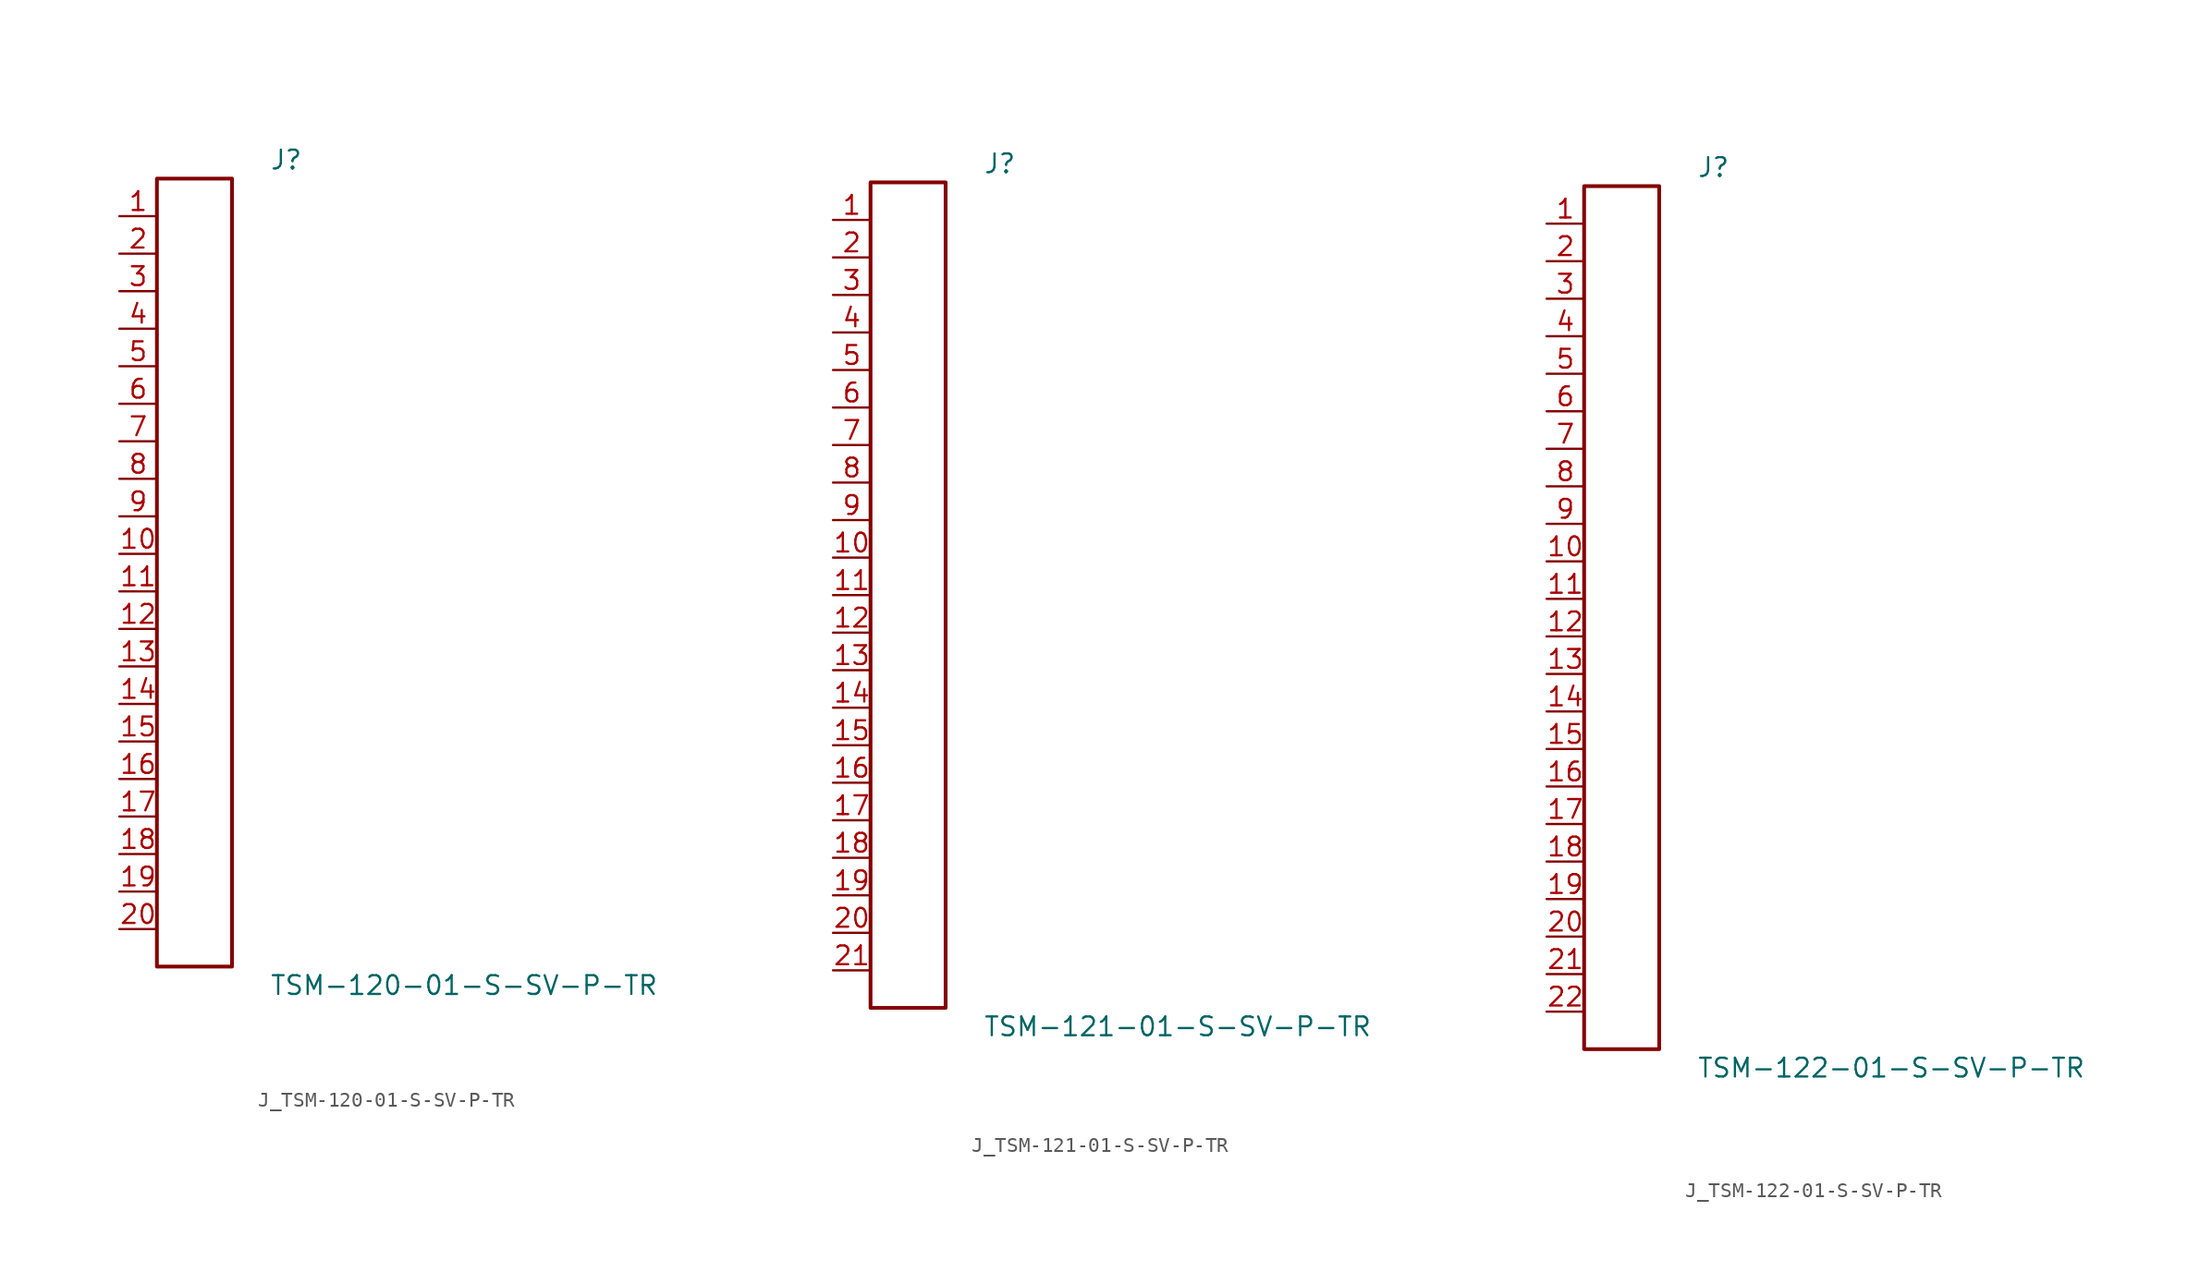
<source format=kicad_sym>
(kicad_symbol_lib
  (version 20231120)
  (generator kicad_symbol_editor)
  (generator_version 8.0)
  (symbol "J_TSM-120-01-S-SV-P-TR"
    (pin_names
      (offset 0.254))
    (property "Reference" "J"
      (at 5.08 27.94 0)
      (effects (font (size 1.27 1.27)) (justify left)))
    (property "Value" "TSM-120-01-S-SV-P-TR"
      (at 5.08 -27.94 0)
      (effects (font (size 1.27 1.27)) (justify left)))
    (symbol "J_TSM-120-01-S-SV-P-TR_0_0"
      (pin unspecified line (at -5.08 24.13 0) (length 2.54) (name "" (effects (font (size 1.27 1.27)))) (number "1" (effects (font (size 1.27 1.27)))))
      (pin unspecified line (at -5.08 21.59 0) (length 2.54) (name "" (effects (font (size 1.27 1.27)))) (number "2" (effects (font (size 1.27 1.27)))))
      (pin unspecified line (at -5.08 19.05 0) (length 2.54) (name "" (effects (font (size 1.27 1.27)))) (number "3" (effects (font (size 1.27 1.27)))))
      (pin unspecified line (at -5.08 16.51 0) (length 2.54) (name "" (effects (font (size 1.27 1.27)))) (number "4" (effects (font (size 1.27 1.27)))))
      (pin unspecified line (at -5.08 13.97 0) (length 2.54) (name "" (effects (font (size 1.27 1.27)))) (number "5" (effects (font (size 1.27 1.27)))))
      (pin unspecified line (at -5.08 11.43 0) (length 2.54) (name "" (effects (font (size 1.27 1.27)))) (number "6" (effects (font (size 1.27 1.27)))))
      (pin unspecified line (at -5.08 8.89 0) (length 2.54) (name "" (effects (font (size 1.27 1.27)))) (number "7" (effects (font (size 1.27 1.27)))))
      (pin unspecified line (at -5.08 6.35 0) (length 2.54) (name "" (effects (font (size 1.27 1.27)))) (number "8" (effects (font (size 1.27 1.27)))))
      (pin unspecified line (at -5.08 3.81 0) (length 2.54) (name "" (effects (font (size 1.27 1.27)))) (number "9" (effects (font (size 1.27 1.27)))))
      (pin unspecified line (at -5.08 1.27 0) (length 2.54) (name "" (effects (font (size 1.27 1.27)))) (number "10" (effects (font (size 1.27 1.27)))))
      (pin unspecified line (at -5.08 -1.27 0) (length 2.54) (name "" (effects (font (size 1.27 1.27)))) (number "11" (effects (font (size 1.27 1.27)))))
      (pin unspecified line (at -5.08 -3.81 0) (length 2.54) (name "" (effects (font (size 1.27 1.27)))) (number "12" (effects (font (size 1.27 1.27)))))
      (pin unspecified line (at -5.08 -6.35 0) (length 2.54) (name "" (effects (font (size 1.27 1.27)))) (number "13" (effects (font (size 1.27 1.27)))))
      (pin unspecified line (at -5.08 -8.89 0) (length 2.54) (name "" (effects (font (size 1.27 1.27)))) (number "14" (effects (font (size 1.27 1.27)))))
      (pin unspecified line (at -5.08 -11.43 0) (length 2.54) (name "" (effects (font (size 1.27 1.27)))) (number "15" (effects (font (size 1.27 1.27)))))
      (pin unspecified line (at -5.08 -13.97 0) (length 2.54) (name "" (effects (font (size 1.27 1.27)))) (number "16" (effects (font (size 1.27 1.27)))))
      (pin unspecified line (at -5.08 -16.51 0) (length 2.54) (name "" (effects (font (size 1.27 1.27)))) (number "17" (effects (font (size 1.27 1.27)))))
      (pin unspecified line (at -5.08 -19.05 0) (length 2.54) (name "" (effects (font (size 1.27 1.27)))) (number "18" (effects (font (size 1.27 1.27)))))
      (pin unspecified line (at -5.08 -21.59 0) (length 2.54) (name "" (effects (font (size 1.27 1.27)))) (number "19" (effects (font (size 1.27 1.27)))))
      (pin unspecified line (at -5.08 -24.13 0) (length 2.54) (name "" (effects (font (size 1.27 1.27)))) (number "20" (effects (font (size 1.27 1.27))))))
    (symbol "J_TSM-120-01-S-SV-P-TR_1_0"
      (rectangle (start -2.54 26.67) (end 2.54 -26.67) (stroke (width 0.254) (type solid)) (fill (type none)))))
  (symbol "J_TSM-121-01-S-SV-P-TR"
    (pin_names
      (offset 0.254))
    (property "Reference" "J"
      (at 5.08 29.21 0)
      (effects (font (size 1.27 1.27)) (justify left)))
    (property "Value" "TSM-121-01-S-SV-P-TR"
      (at 5.08 -29.21 0)
      (effects (font (size 1.27 1.27)) (justify left)))
    (symbol "J_TSM-121-01-S-SV-P-TR_0_0"
      (pin unspecified line (at -5.08 25.4 0) (length 2.54) (name "" (effects (font (size 1.27 1.27)))) (number "1" (effects (font (size 1.27 1.27)))))
      (pin unspecified line (at -5.08 22.86 0) (length 2.54) (name "" (effects (font (size 1.27 1.27)))) (number "2" (effects (font (size 1.27 1.27)))))
      (pin unspecified line (at -5.08 20.32 0) (length 2.54) (name "" (effects (font (size 1.27 1.27)))) (number "3" (effects (font (size 1.27 1.27)))))
      (pin unspecified line (at -5.08 17.78 0) (length 2.54) (name "" (effects (font (size 1.27 1.27)))) (number "4" (effects (font (size 1.27 1.27)))))
      (pin unspecified line (at -5.08 15.24 0) (length 2.54) (name "" (effects (font (size 1.27 1.27)))) (number "5" (effects (font (size 1.27 1.27)))))
      (pin unspecified line (at -5.08 12.7 0) (length 2.54) (name "" (effects (font (size 1.27 1.27)))) (number "6" (effects (font (size 1.27 1.27)))))
      (pin unspecified line (at -5.08 10.16 0) (length 2.54) (name "" (effects (font (size 1.27 1.27)))) (number "7" (effects (font (size 1.27 1.27)))))
      (pin unspecified line (at -5.08 7.62 0) (length 2.54) (name "" (effects (font (size 1.27 1.27)))) (number "8" (effects (font (size 1.27 1.27)))))
      (pin unspecified line (at -5.08 5.08 0) (length 2.54) (name "" (effects (font (size 1.27 1.27)))) (number "9" (effects (font (size 1.27 1.27)))))
      (pin unspecified line (at -5.08 2.54 0) (length 2.54) (name "" (effects (font (size 1.27 1.27)))) (number "10" (effects (font (size 1.27 1.27)))))
      (pin unspecified line (at -5.08 0.0 0) (length 2.54) (name "" (effects (font (size 1.27 1.27)))) (number "11" (effects (font (size 1.27 1.27)))))
      (pin unspecified line (at -5.08 -2.54 0) (length 2.54) (name "" (effects (font (size 1.27 1.27)))) (number "12" (effects (font (size 1.27 1.27)))))
      (pin unspecified line (at -5.08 -5.08 0) (length 2.54) (name "" (effects (font (size 1.27 1.27)))) (number "13" (effects (font (size 1.27 1.27)))))
      (pin unspecified line (at -5.08 -7.62 0) (length 2.54) (name "" (effects (font (size 1.27 1.27)))) (number "14" (effects (font (size 1.27 1.27)))))
      (pin unspecified line (at -5.08 -10.16 0) (length 2.54) (name "" (effects (font (size 1.27 1.27)))) (number "15" (effects (font (size 1.27 1.27)))))
      (pin unspecified line (at -5.08 -12.7 0) (length 2.54) (name "" (effects (font (size 1.27 1.27)))) (number "16" (effects (font (size 1.27 1.27)))))
      (pin unspecified line (at -5.08 -15.24 0) (length 2.54) (name "" (effects (font (size 1.27 1.27)))) (number "17" (effects (font (size 1.27 1.27)))))
      (pin unspecified line (at -5.08 -17.78 0) (length 2.54) (name "" (effects (font (size 1.27 1.27)))) (number "18" (effects (font (size 1.27 1.27)))))
      (pin unspecified line (at -5.08 -20.32 0) (length 2.54) (name "" (effects (font (size 1.27 1.27)))) (number "19" (effects (font (size 1.27 1.27)))))
      (pin unspecified line (at -5.08 -22.86 0) (length 2.54) (name "" (effects (font (size 1.27 1.27)))) (number "20" (effects (font (size 1.27 1.27)))))
      (pin unspecified line (at -5.08 -25.4 0) (length 2.54) (name "" (effects (font (size 1.27 1.27)))) (number "21" (effects (font (size 1.27 1.27))))))
    (symbol "J_TSM-121-01-S-SV-P-TR_1_0"
      (rectangle (start -2.54 27.94) (end 2.54 -27.94) (stroke (width 0.254) (type solid)) (fill (type none)))))
  (symbol "J_TSM-122-01-S-SV-P-TR"
    (pin_names
      (offset 0.254))
    (property "Reference" "J"
      (at 5.08 30.48 0)
      (effects (font (size 1.27 1.27)) (justify left)))
    (property "Value" "TSM-122-01-S-SV-P-TR"
      (at 5.08 -30.48 0)
      (effects (font (size 1.27 1.27)) (justify left)))
    (symbol "J_TSM-122-01-S-SV-P-TR_0_0"
      (pin unspecified line (at -5.08 26.67 0) (length 2.54) (name "" (effects (font (size 1.27 1.27)))) (number "1" (effects (font (size 1.27 1.27)))))
      (pin unspecified line (at -5.08 24.13 0) (length 2.54) (name "" (effects (font (size 1.27 1.27)))) (number "2" (effects (font (size 1.27 1.27)))))
      (pin unspecified line (at -5.08 21.59 0) (length 2.54) (name "" (effects (font (size 1.27 1.27)))) (number "3" (effects (font (size 1.27 1.27)))))
      (pin unspecified line (at -5.08 19.05 0) (length 2.54) (name "" (effects (font (size 1.27 1.27)))) (number "4" (effects (font (size 1.27 1.27)))))
      (pin unspecified line (at -5.08 16.51 0) (length 2.54) (name "" (effects (font (size 1.27 1.27)))) (number "5" (effects (font (size 1.27 1.27)))))
      (pin unspecified line (at -5.08 13.97 0) (length 2.54) (name "" (effects (font (size 1.27 1.27)))) (number "6" (effects (font (size 1.27 1.27)))))
      (pin unspecified line (at -5.08 11.43 0) (length 2.54) (name "" (effects (font (size 1.27 1.27)))) (number "7" (effects (font (size 1.27 1.27)))))
      (pin unspecified line (at -5.08 8.89 0) (length 2.54) (name "" (effects (font (size 1.27 1.27)))) (number "8" (effects (font (size 1.27 1.27)))))
      (pin unspecified line (at -5.08 6.35 0) (length 2.54) (name "" (effects (font (size 1.27 1.27)))) (number "9" (effects (font (size 1.27 1.27)))))
      (pin unspecified line (at -5.08 3.81 0) (length 2.54) (name "" (effects (font (size 1.27 1.27)))) (number "10" (effects (font (size 1.27 1.27)))))
      (pin unspecified line (at -5.08 1.27 0) (length 2.54) (name "" (effects (font (size 1.27 1.27)))) (number "11" (effects (font (size 1.27 1.27)))))
      (pin unspecified line (at -5.08 -1.27 0) (length 2.54) (name "" (effects (font (size 1.27 1.27)))) (number "12" (effects (font (size 1.27 1.27)))))
      (pin unspecified line (at -5.08 -3.81 0) (length 2.54) (name "" (effects (font (size 1.27 1.27)))) (number "13" (effects (font (size 1.27 1.27)))))
      (pin unspecified line (at -5.08 -6.35 0) (length 2.54) (name "" (effects (font (size 1.27 1.27)))) (number "14" (effects (font (size 1.27 1.27)))))
      (pin unspecified line (at -5.08 -8.89 0) (length 2.54) (name "" (effects (font (size 1.27 1.27)))) (number "15" (effects (font (size 1.27 1.27)))))
      (pin unspecified line (at -5.08 -11.43 0) (length 2.54) (name "" (effects (font (size 1.27 1.27)))) (number "16" (effects (font (size 1.27 1.27)))))
      (pin unspecified line (at -5.08 -13.97 0) (length 2.54) (name "" (effects (font (size 1.27 1.27)))) (number "17" (effects (font (size 1.27 1.27)))))
      (pin unspecified line (at -5.08 -16.51 0) (length 2.54) (name "" (effects (font (size 1.27 1.27)))) (number "18" (effects (font (size 1.27 1.27)))))
      (pin unspecified line (at -5.08 -19.05 0) (length 2.54) (name "" (effects (font (size 1.27 1.27)))) (number "19" (effects (font (size 1.27 1.27)))))
      (pin unspecified line (at -5.08 -21.59 0) (length 2.54) (name "" (effects (font (size 1.27 1.27)))) (number "20" (effects (font (size 1.27 1.27)))))
      (pin unspecified line (at -5.08 -24.13 0) (length 2.54) (name "" (effects (font (size 1.27 1.27)))) (number "21" (effects (font (size 1.27 1.27)))))
      (pin unspecified line (at -5.08 -26.67 0) (length 2.54) (name "" (effects (font (size 1.27 1.27)))) (number "22" (effects (font (size 1.27 1.27))))))
    (symbol "J_TSM-122-01-S-SV-P-TR_1_0"
      (rectangle (start -2.54 29.21) (end 2.54 -29.21) (stroke (width 0.254) (type solid)) (fill (type none))))))
</source>
